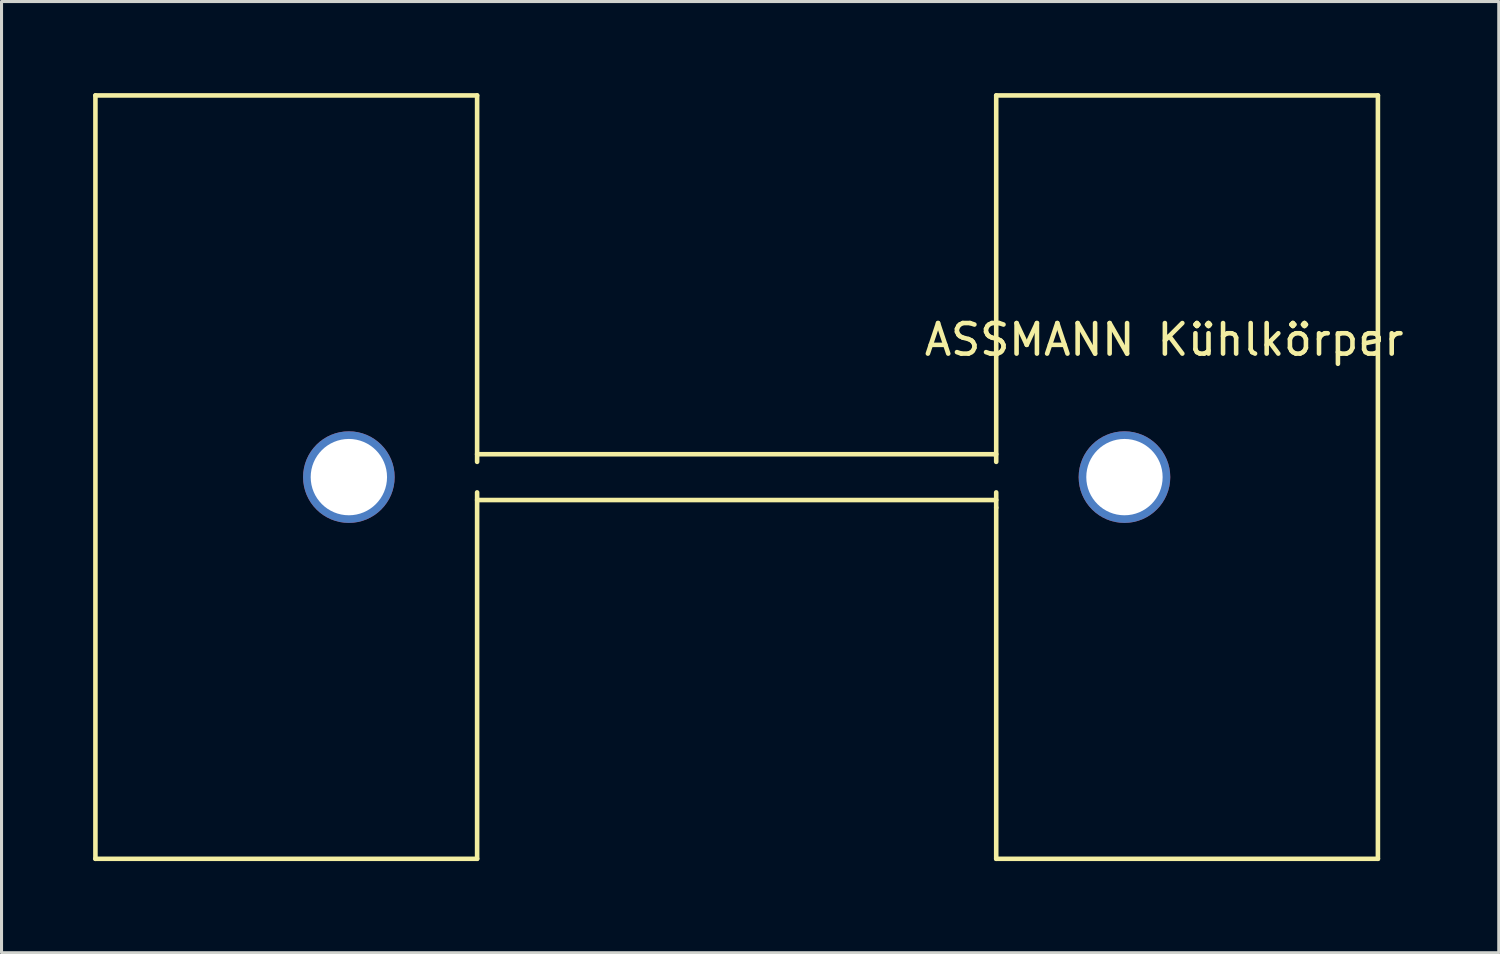
<source format=kicad_pcb>
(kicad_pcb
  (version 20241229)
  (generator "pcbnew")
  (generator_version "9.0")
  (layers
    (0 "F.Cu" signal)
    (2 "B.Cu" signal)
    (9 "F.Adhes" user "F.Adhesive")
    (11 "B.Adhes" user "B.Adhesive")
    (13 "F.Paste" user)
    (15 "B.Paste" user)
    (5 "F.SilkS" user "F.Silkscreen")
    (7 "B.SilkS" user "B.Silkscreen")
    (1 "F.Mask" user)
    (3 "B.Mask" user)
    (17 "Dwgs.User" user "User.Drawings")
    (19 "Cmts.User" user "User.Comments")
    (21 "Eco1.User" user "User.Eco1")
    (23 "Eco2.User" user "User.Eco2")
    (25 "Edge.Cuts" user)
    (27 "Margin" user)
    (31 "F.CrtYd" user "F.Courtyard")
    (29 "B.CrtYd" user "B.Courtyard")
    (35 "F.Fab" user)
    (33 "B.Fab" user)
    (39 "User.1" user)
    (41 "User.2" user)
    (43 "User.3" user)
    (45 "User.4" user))
  (footprint "ASSMANN Kühlkörper"
    (layer "F.Cu")
    (at 21.075 12.575)
    (property "Reference" "ASSMANN Kühlkörper" (at 14 -4.5 0) (layer "F.SilkS") (effects (font (size 1 1) (thickness 0.15))))
    (attr through_hole)
    (fp_line (start -21 -12.5) (end -21 12.5) (stroke (width 0.15) (type solid)) (layer "F.SilkS"))
    (fp_line (start -21 12.5) (end -8.5 12.5) (stroke (width 0.15) (type solid)) (layer "F.SilkS"))
    (fp_line (start -8.5 -12.5) (end -21 -12.5) (stroke (width 0.15) (type solid)) (layer "F.SilkS"))
    (fp_line (start -8.5 -0.75) (end 8.45 -0.75) (stroke (width 0.15) (type solid)) (layer "F.SilkS"))
    (fp_line (start -8.5 -0.5) (end -8.5 -12.5) (stroke (width 0.15) (type solid)) (layer "F.SilkS"))
    (fp_line (start -8.5 12.5) (end -8.5 0.5) (stroke (width 0.15) (type solid)) (layer "F.SilkS"))
    (fp_line (start 8.45 -0.75) (end 8.5 -0.75) (stroke (width 0.15) (type solid)) (layer "F.SilkS"))
    (fp_line (start 8.5 -0.5) (end 8.5 -12.5) (stroke (width 0.15) (type solid)) (layer "F.SilkS"))
    (fp_line (start 8.5 0.75) (end -8.5 0.75) (stroke (width 0.15) (type solid)) (layer "F.SilkS"))
    (fp_line (start 8.5 1) (end 8.5 0.5) (stroke (width 0.15) (type solid)) (layer "F.SilkS"))
    (fp_line (start 8.5 12.5) (end 8.5 1) (stroke (width 0.15) (type solid)) (layer "F.SilkS"))
    (fp_line (start 8.5 12.5) (end 21 12.5) (stroke (width 0.15) (type solid)) (layer "F.SilkS"))
    (fp_line (start 21 -12.5) (end 8.5 -12.5) (stroke (width 0.15) (type solid)) (layer "F.SilkS"))
    (fp_line (start 21 12.5) (end 21 -12.5) (stroke (width 0.15) (type solid)) (layer "F.SilkS"))
    (pad "1" thru_hole circle (at -12.7 0) (size 3 3) (drill 2.5) (layers "*.Cu" "*.Mask"))
    (pad "1" thru_hole circle (at 12.7 0) (size 3 3) (drill 2.5) (layers "*.Cu" "*.Mask")))
  (gr_rect
    (start -3 -3)
    (end 46.033 28.15)
    (stroke (width 0.1) (type default))
    (fill no)
    (layer "Edge.Cuts")))
</source>
